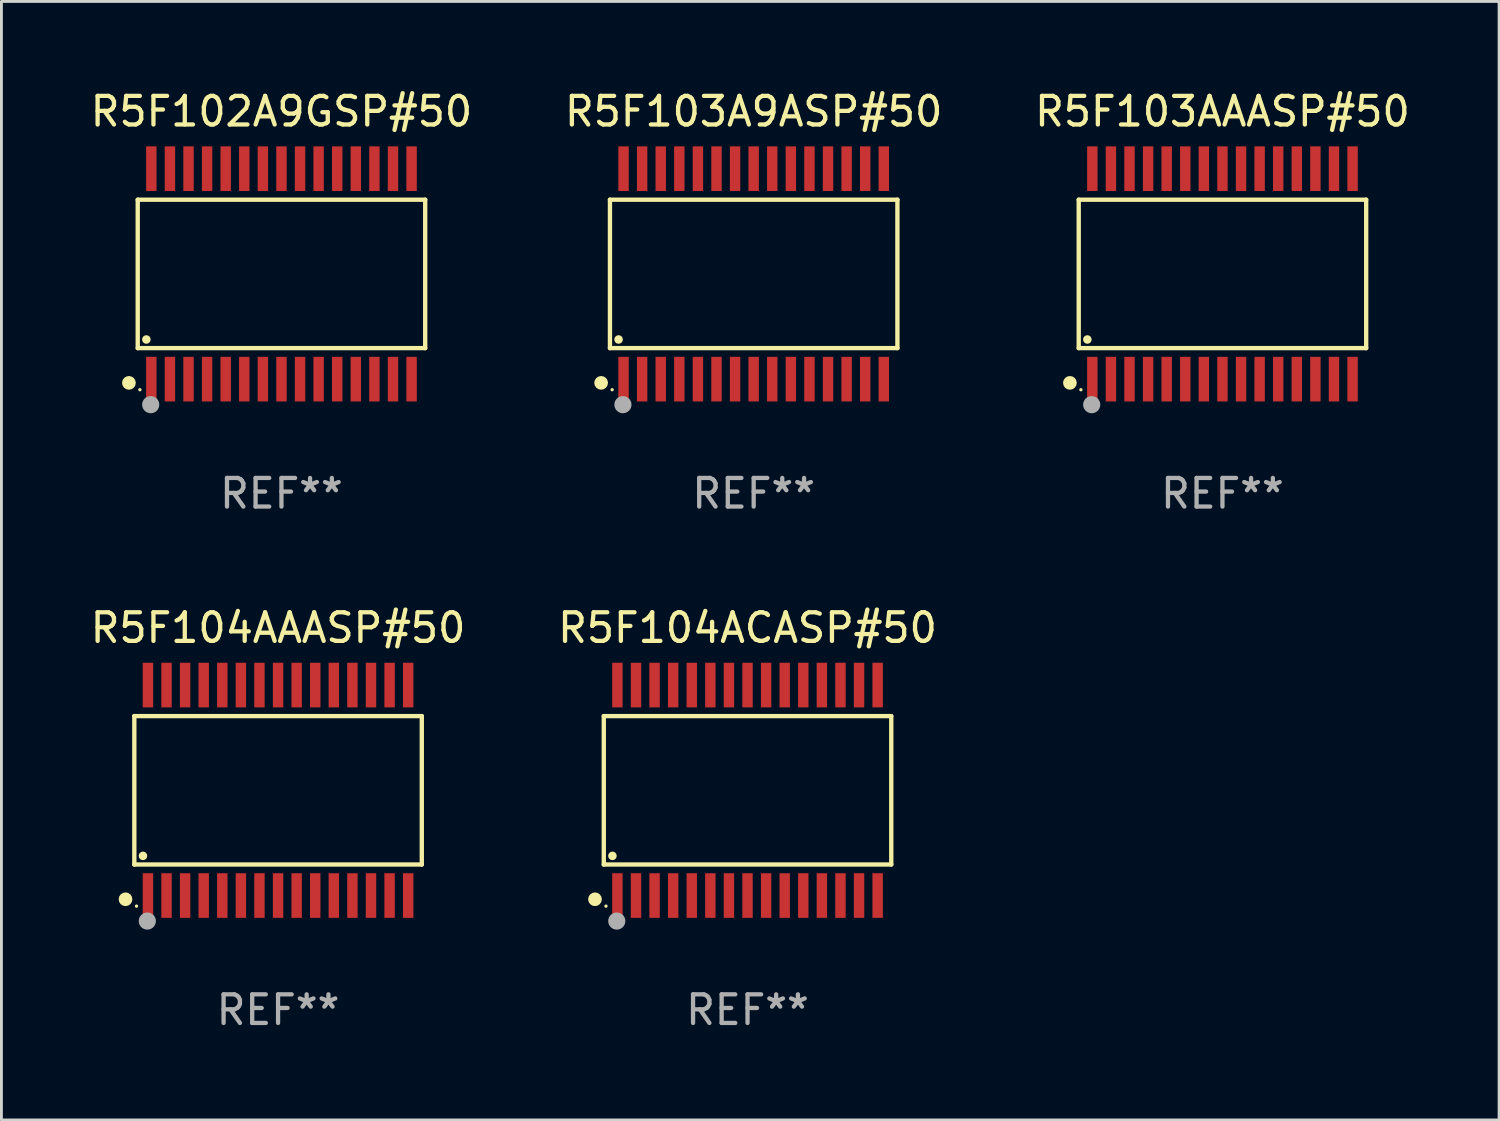
<source format=kicad_pcb>
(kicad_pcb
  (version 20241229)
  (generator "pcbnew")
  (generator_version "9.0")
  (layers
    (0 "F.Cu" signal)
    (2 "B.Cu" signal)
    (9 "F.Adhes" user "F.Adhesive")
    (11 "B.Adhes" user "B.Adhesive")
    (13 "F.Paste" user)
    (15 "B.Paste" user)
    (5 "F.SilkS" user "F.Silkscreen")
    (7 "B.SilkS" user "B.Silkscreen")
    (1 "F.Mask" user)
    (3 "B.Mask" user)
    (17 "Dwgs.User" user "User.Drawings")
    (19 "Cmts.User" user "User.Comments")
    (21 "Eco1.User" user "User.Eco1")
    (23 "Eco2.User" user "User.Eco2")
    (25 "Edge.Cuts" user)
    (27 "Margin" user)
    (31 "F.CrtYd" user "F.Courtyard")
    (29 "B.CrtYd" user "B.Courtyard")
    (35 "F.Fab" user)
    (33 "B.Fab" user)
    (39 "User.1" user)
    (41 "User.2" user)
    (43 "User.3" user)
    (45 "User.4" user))
  (footprint "R5F104ACASP#50"
    (layer "F.Cu")
    (at 23.089 24.585)
    (property "Reference" "R5F104ACASP#50" (at 0 -5.68 0) (layer "F.SilkS") (effects (font (size 1 1) (thickness 0.15))))
    (attr through_hole)
    (fp_line (start -5.026 -2.595) (end 5.026 -2.595) (stroke (width 0.152) (type solid)) (layer "F.SilkS"))
    (fp_line (start -5.026 2.595) (end -5.026 -2.595) (stroke (width 0.152) (type solid)) (layer "F.SilkS"))
    (fp_line (start 5.026 -2.595) (end 5.026 2.595) (stroke (width 0.152) (type solid)) (layer "F.SilkS"))
    (fp_line (start 5.026 2.595) (end -5.026 2.595) (stroke (width 0.152) (type solid)) (layer "F.SilkS"))
    (fp_circle (center -5.334 3.81) (end -5.214 3.81) (stroke (width 0.24) (type solid)) (fill no) (layer "F.SilkS"))
    (fp_circle (center -4.95 4.05) (end -4.92 4.05) (stroke (width 0.06) (type solid)) (fill no) (layer "F.SilkS"))
    (fp_circle (center -4.724 2.293) (end -4.649 2.293) (stroke (width 0.15) (type solid)) (fill no) (layer "F.SilkS"))
    (fp_circle (center -4.572 4.572) (end -4.422 4.572) (stroke (width 0.3) (type solid)) (fill no) (layer "F.Fab"))
    (fp_text user "REF**" (at 0 7.68 0) (layer "F.Fab") (effects (font (size 1 1) (thickness 0.15))))
    (pad "1" smd rect (at -4.55 3.68) (size 0.364 1.56) (layers "F.Cu" "F.Mask" "F.Paste"))
    (pad "2" smd rect (at -3.9 3.68) (size 0.364 1.56) (layers "F.Cu" "F.Mask" "F.Paste"))
    (pad "3" smd rect (at -3.25 3.68) (size 0.364 1.56) (layers "F.Cu" "F.Mask" "F.Paste"))
    (pad "4" smd rect (at -2.6 3.68) (size 0.364 1.56) (layers "F.Cu" "F.Mask" "F.Paste"))
    (pad "5" smd rect (at -1.95 3.68) (size 0.364 1.56) (layers "F.Cu" "F.Mask" "F.Paste"))
    (pad "6" smd rect (at -1.3 3.68) (size 0.364 1.56) (layers "F.Cu" "F.Mask" "F.Paste"))
    (pad "7" smd rect (at -0.65 3.68) (size 0.364 1.56) (layers "F.Cu" "F.Mask" "F.Paste"))
    (pad "8" smd rect (at -0.000013 3.68) (size 0.364 1.56) (layers "F.Cu" "F.Mask" "F.Paste"))
    (pad "9" smd rect (at 0.65 3.68) (size 0.364 1.56) (layers "F.Cu" "F.Mask" "F.Paste"))
    (pad "10" smd rect (at 1.3 3.68) (size 0.364 1.56) (layers "F.Cu" "F.Mask" "F.Paste"))
    (pad "11" smd rect (at 1.95 3.68) (size 0.364 1.56) (layers "F.Cu" "F.Mask" "F.Paste"))
    (pad "12" smd rect (at 2.6 3.68) (size 0.364 1.56) (layers "F.Cu" "F.Mask" "F.Paste"))
    (pad "13" smd rect (at 3.25 3.68) (size 0.364 1.56) (layers "F.Cu" "F.Mask" "F.Paste"))
    (pad "14" smd rect (at 3.9 3.68) (size 0.364 1.56) (layers "F.Cu" "F.Mask" "F.Paste"))
    (pad "15" smd rect (at 4.55 3.68) (size 0.364 1.56) (layers "F.Cu" "F.Mask" "F.Paste"))
    (pad "16" smd rect (at 4.55 -3.68) (size 0.364 1.56) (layers "F.Cu" "F.Mask" "F.Paste"))
    (pad "17" smd rect (at 3.9 -3.68) (size 0.364 1.56) (layers "F.Cu" "F.Mask" "F.Paste"))
    (pad "18" smd rect (at 3.25 -3.68) (size 0.364 1.56) (layers "F.Cu" "F.Mask" "F.Paste"))
    (pad "19" smd rect (at 2.6 -3.68) (size 0.364 1.56) (layers "F.Cu" "F.Mask" "F.Paste"))
    (pad "20" smd rect (at 1.95 -3.68) (size 0.364 1.56) (layers "F.Cu" "F.Mask" "F.Paste"))
    (pad "21" smd rect (at 1.3 -3.68) (size 0.364 1.56) (layers "F.Cu" "F.Mask" "F.Paste"))
    (pad "22" smd rect (at 0.65 -3.68) (size 0.364 1.56) (layers "F.Cu" "F.Mask" "F.Paste"))
    (pad "23" smd rect (at -0.000013 -3.68) (size 0.364 1.56) (layers "F.Cu" "F.Mask" "F.Paste"))
    (pad "24" smd rect (at -0.65 -3.68) (size 0.364 1.56) (layers "F.Cu" "F.Mask" "F.Paste"))
    (pad "25" smd rect (at -1.3 -3.68) (size 0.364 1.56) (layers "F.Cu" "F.Mask" "F.Paste"))
    (pad "26" smd rect (at -1.95 -3.68) (size 0.364 1.56) (layers "F.Cu" "F.Mask" "F.Paste"))
    (pad "27" smd rect (at -2.6 -3.68) (size 0.364 1.56) (layers "F.Cu" "F.Mask" "F.Paste"))
    (pad "28" smd rect (at -3.25 -3.68) (size 0.364 1.56) (layers "F.Cu" "F.Mask" "F.Paste"))
    (pad "29" smd rect (at -3.9 -3.68) (size 0.364 1.56) (layers "F.Cu" "F.Mask" "F.Paste"))
    (pad "30" smd rect (at -4.55 -3.68) (size 0.364 1.56) (layers "F.Cu" "F.Mask" "F.Paste")))
  (footprint "R5F102A9GSP#50"
    (layer "F.Cu")
    (at 6.792 6.528)
    (property "Reference" "R5F102A9GSP#50" (at 0 -5.68 0) (layer "F.SilkS") (effects (font (size 1 1) (thickness 0.15))))
    (attr through_hole)
    (fp_line (start -5.026 -2.595) (end 5.026 -2.595) (stroke (width 0.152) (type solid)) (layer "F.SilkS"))
    (fp_line (start -5.026 2.595) (end -5.026 -2.595) (stroke (width 0.152) (type solid)) (layer "F.SilkS"))
    (fp_line (start 5.026 -2.595) (end 5.026 2.595) (stroke (width 0.152) (type solid)) (layer "F.SilkS"))
    (fp_line (start 5.026 2.595) (end -5.026 2.595) (stroke (width 0.152) (type solid)) (layer "F.SilkS"))
    (fp_circle (center -5.334 3.81) (end -5.214 3.81) (stroke (width 0.24) (type solid)) (fill no) (layer "F.SilkS"))
    (fp_circle (center -4.95 4.05) (end -4.92 4.05) (stroke (width 0.06) (type solid)) (fill no) (layer "F.SilkS"))
    (fp_circle (center -4.724 2.293) (end -4.649 2.293) (stroke (width 0.15) (type solid)) (fill no) (layer "F.SilkS"))
    (fp_circle (center -4.572 4.572) (end -4.422 4.572) (stroke (width 0.3) (type solid)) (fill no) (layer "F.Fab"))
    (fp_text user "REF**" (at 0 7.68 0) (layer "F.Fab") (effects (font (size 1 1) (thickness 0.15))))
    (pad "1" smd rect (at -4.55 3.68) (size 0.364 1.56) (layers "F.Cu" "F.Mask" "F.Paste"))
    (pad "2" smd rect (at -3.9 3.68) (size 0.364 1.56) (layers "F.Cu" "F.Mask" "F.Paste"))
    (pad "3" smd rect (at -3.25 3.68) (size 0.364 1.56) (layers "F.Cu" "F.Mask" "F.Paste"))
    (pad "4" smd rect (at -2.6 3.68) (size 0.364 1.56) (layers "F.Cu" "F.Mask" "F.Paste"))
    (pad "5" smd rect (at -1.95 3.68) (size 0.364 1.56) (layers "F.Cu" "F.Mask" "F.Paste"))
    (pad "6" smd rect (at -1.3 3.68) (size 0.364 1.56) (layers "F.Cu" "F.Mask" "F.Paste"))
    (pad "7" smd rect (at -0.65 3.68) (size 0.364 1.56) (layers "F.Cu" "F.Mask" "F.Paste"))
    (pad "8" smd rect (at -0.000013 3.68) (size 0.364 1.56) (layers "F.Cu" "F.Mask" "F.Paste"))
    (pad "9" smd rect (at 0.65 3.68) (size 0.364 1.56) (layers "F.Cu" "F.Mask" "F.Paste"))
    (pad "10" smd rect (at 1.3 3.68) (size 0.364 1.56) (layers "F.Cu" "F.Mask" "F.Paste"))
    (pad "11" smd rect (at 1.95 3.68) (size 0.364 1.56) (layers "F.Cu" "F.Mask" "F.Paste"))
    (pad "12" smd rect (at 2.6 3.68) (size 0.364 1.56) (layers "F.Cu" "F.Mask" "F.Paste"))
    (pad "13" smd rect (at 3.25 3.68) (size 0.364 1.56) (layers "F.Cu" "F.Mask" "F.Paste"))
    (pad "14" smd rect (at 3.9 3.68) (size 0.364 1.56) (layers "F.Cu" "F.Mask" "F.Paste"))
    (pad "15" smd rect (at 4.55 3.68) (size 0.364 1.56) (layers "F.Cu" "F.Mask" "F.Paste"))
    (pad "16" smd rect (at 4.55 -3.68) (size 0.364 1.56) (layers "F.Cu" "F.Mask" "F.Paste"))
    (pad "17" smd rect (at 3.9 -3.68) (size 0.364 1.56) (layers "F.Cu" "F.Mask" "F.Paste"))
    (pad "18" smd rect (at 3.25 -3.68) (size 0.364 1.56) (layers "F.Cu" "F.Mask" "F.Paste"))
    (pad "19" smd rect (at 2.6 -3.68) (size 0.364 1.56) (layers "F.Cu" "F.Mask" "F.Paste"))
    (pad "20" smd rect (at 1.95 -3.68) (size 0.364 1.56) (layers "F.Cu" "F.Mask" "F.Paste"))
    (pad "21" smd rect (at 1.3 -3.68) (size 0.364 1.56) (layers "F.Cu" "F.Mask" "F.Paste"))
    (pad "22" smd rect (at 0.65 -3.68) (size 0.364 1.56) (layers "F.Cu" "F.Mask" "F.Paste"))
    (pad "23" smd rect (at -0.000013 -3.68) (size 0.364 1.56) (layers "F.Cu" "F.Mask" "F.Paste"))
    (pad "24" smd rect (at -0.65 -3.68) (size 0.364 1.56) (layers "F.Cu" "F.Mask" "F.Paste"))
    (pad "25" smd rect (at -1.3 -3.68) (size 0.364 1.56) (layers "F.Cu" "F.Mask" "F.Paste"))
    (pad "26" smd rect (at -1.95 -3.68) (size 0.364 1.56) (layers "F.Cu" "F.Mask" "F.Paste"))
    (pad "27" smd rect (at -2.6 -3.68) (size 0.364 1.56) (layers "F.Cu" "F.Mask" "F.Paste"))
    (pad "28" smd rect (at -3.25 -3.68) (size 0.364 1.56) (layers "F.Cu" "F.Mask" "F.Paste"))
    (pad "29" smd rect (at -3.9 -3.68) (size 0.364 1.56) (layers "F.Cu" "F.Mask" "F.Paste"))
    (pad "30" smd rect (at -4.55 -3.68) (size 0.364 1.56) (layers "F.Cu" "F.Mask" "F.Paste")))
  (footprint "R5F104AAASP#50"
    (layer "F.Cu")
    (at 6.673 24.585)
    (property "Reference" "R5F104AAASP#50" (at 0 -5.68 0) (layer "F.SilkS") (effects (font (size 1 1) (thickness 0.15))))
    (attr through_hole)
    (fp_line (start -5.026 -2.595) (end 5.026 -2.595) (stroke (width 0.152) (type solid)) (layer "F.SilkS"))
    (fp_line (start -5.026 2.595) (end -5.026 -2.595) (stroke (width 0.152) (type solid)) (layer "F.SilkS"))
    (fp_line (start 5.026 -2.595) (end 5.026 2.595) (stroke (width 0.152) (type solid)) (layer "F.SilkS"))
    (fp_line (start 5.026 2.595) (end -5.026 2.595) (stroke (width 0.152) (type solid)) (layer "F.SilkS"))
    (fp_circle (center -5.334 3.81) (end -5.214 3.81) (stroke (width 0.24) (type solid)) (fill no) (layer "F.SilkS"))
    (fp_circle (center -4.95 4.05) (end -4.92 4.05) (stroke (width 0.06) (type solid)) (fill no) (layer "F.SilkS"))
    (fp_circle (center -4.724 2.293) (end -4.649 2.293) (stroke (width 0.15) (type solid)) (fill no) (layer "F.SilkS"))
    (fp_circle (center -4.572 4.572) (end -4.422 4.572) (stroke (width 0.3) (type solid)) (fill no) (layer "F.Fab"))
    (fp_text user "REF**" (at 0 7.68 0) (layer "F.Fab") (effects (font (size 1 1) (thickness 0.15))))
    (pad "1" smd rect (at -4.55 3.68) (size 0.364 1.56) (layers "F.Cu" "F.Mask" "F.Paste"))
    (pad "2" smd rect (at -3.9 3.68) (size 0.364 1.56) (layers "F.Cu" "F.Mask" "F.Paste"))
    (pad "3" smd rect (at -3.25 3.68) (size 0.364 1.56) (layers "F.Cu" "F.Mask" "F.Paste"))
    (pad "4" smd rect (at -2.6 3.68) (size 0.364 1.56) (layers "F.Cu" "F.Mask" "F.Paste"))
    (pad "5" smd rect (at -1.95 3.68) (size 0.364 1.56) (layers "F.Cu" "F.Mask" "F.Paste"))
    (pad "6" smd rect (at -1.3 3.68) (size 0.364 1.56) (layers "F.Cu" "F.Mask" "F.Paste"))
    (pad "7" smd rect (at -0.65 3.68) (size 0.364 1.56) (layers "F.Cu" "F.Mask" "F.Paste"))
    (pad "8" smd rect (at -0.000013 3.68) (size 0.364 1.56) (layers "F.Cu" "F.Mask" "F.Paste"))
    (pad "9" smd rect (at 0.65 3.68) (size 0.364 1.56) (layers "F.Cu" "F.Mask" "F.Paste"))
    (pad "10" smd rect (at 1.3 3.68) (size 0.364 1.56) (layers "F.Cu" "F.Mask" "F.Paste"))
    (pad "11" smd rect (at 1.95 3.68) (size 0.364 1.56) (layers "F.Cu" "F.Mask" "F.Paste"))
    (pad "12" smd rect (at 2.6 3.68) (size 0.364 1.56) (layers "F.Cu" "F.Mask" "F.Paste"))
    (pad "13" smd rect (at 3.25 3.68) (size 0.364 1.56) (layers "F.Cu" "F.Mask" "F.Paste"))
    (pad "14" smd rect (at 3.9 3.68) (size 0.364 1.56) (layers "F.Cu" "F.Mask" "F.Paste"))
    (pad "15" smd rect (at 4.55 3.68) (size 0.364 1.56) (layers "F.Cu" "F.Mask" "F.Paste"))
    (pad "16" smd rect (at 4.55 -3.68) (size 0.364 1.56) (layers "F.Cu" "F.Mask" "F.Paste"))
    (pad "17" smd rect (at 3.9 -3.68) (size 0.364 1.56) (layers "F.Cu" "F.Mask" "F.Paste"))
    (pad "18" smd rect (at 3.25 -3.68) (size 0.364 1.56) (layers "F.Cu" "F.Mask" "F.Paste"))
    (pad "19" smd rect (at 2.6 -3.68) (size 0.364 1.56) (layers "F.Cu" "F.Mask" "F.Paste"))
    (pad "20" smd rect (at 1.95 -3.68) (size 0.364 1.56) (layers "F.Cu" "F.Mask" "F.Paste"))
    (pad "21" smd rect (at 1.3 -3.68) (size 0.364 1.56) (layers "F.Cu" "F.Mask" "F.Paste"))
    (pad "22" smd rect (at 0.65 -3.68) (size 0.364 1.56) (layers "F.Cu" "F.Mask" "F.Paste"))
    (pad "23" smd rect (at -0.000013 -3.68) (size 0.364 1.56) (layers "F.Cu" "F.Mask" "F.Paste"))
    (pad "24" smd rect (at -0.65 -3.68) (size 0.364 1.56) (layers "F.Cu" "F.Mask" "F.Paste"))
    (pad "25" smd rect (at -1.3 -3.68) (size 0.364 1.56) (layers "F.Cu" "F.Mask" "F.Paste"))
    (pad "26" smd rect (at -1.95 -3.68) (size 0.364 1.56) (layers "F.Cu" "F.Mask" "F.Paste"))
    (pad "27" smd rect (at -2.6 -3.68) (size 0.364 1.56) (layers "F.Cu" "F.Mask" "F.Paste"))
    (pad "28" smd rect (at -3.25 -3.68) (size 0.364 1.56) (layers "F.Cu" "F.Mask" "F.Paste"))
    (pad "29" smd rect (at -3.9 -3.68) (size 0.364 1.56) (layers "F.Cu" "F.Mask" "F.Paste"))
    (pad "30" smd rect (at -4.55 -3.68) (size 0.364 1.56) (layers "F.Cu" "F.Mask" "F.Paste")))
  (footprint "R5F103AAASP#50"
    (layer "F.Cu")
    (at 39.696 6.528)
    (property "Reference" "R5F103AAASP#50" (at 0 -5.68 0) (layer "F.SilkS") (effects (font (size 1 1) (thickness 0.15))))
    (attr through_hole)
    (fp_line (start -5.026 -2.595) (end 5.026 -2.595) (stroke (width 0.152) (type solid)) (layer "F.SilkS"))
    (fp_line (start -5.026 2.595) (end -5.026 -2.595) (stroke (width 0.152) (type solid)) (layer "F.SilkS"))
    (fp_line (start 5.026 -2.595) (end 5.026 2.595) (stroke (width 0.152) (type solid)) (layer "F.SilkS"))
    (fp_line (start 5.026 2.595) (end -5.026 2.595) (stroke (width 0.152) (type solid)) (layer "F.SilkS"))
    (fp_circle (center -5.334 3.81) (end -5.214 3.81) (stroke (width 0.24) (type solid)) (fill no) (layer "F.SilkS"))
    (fp_circle (center -4.95 4.05) (end -4.92 4.05) (stroke (width 0.06) (type solid)) (fill no) (layer "F.SilkS"))
    (fp_circle (center -4.724 2.293) (end -4.649 2.293) (stroke (width 0.15) (type solid)) (fill no) (layer "F.SilkS"))
    (fp_circle (center -4.572 4.572) (end -4.422 4.572) (stroke (width 0.3) (type solid)) (fill no) (layer "F.Fab"))
    (fp_text user "REF**" (at 0 7.68 0) (layer "F.Fab") (effects (font (size 1 1) (thickness 0.15))))
    (pad "1" smd rect (at -4.55 3.68) (size 0.364 1.56) (layers "F.Cu" "F.Mask" "F.Paste"))
    (pad "2" smd rect (at -3.9 3.68) (size 0.364 1.56) (layers "F.Cu" "F.Mask" "F.Paste"))
    (pad "3" smd rect (at -3.25 3.68) (size 0.364 1.56) (layers "F.Cu" "F.Mask" "F.Paste"))
    (pad "4" smd rect (at -2.6 3.68) (size 0.364 1.56) (layers "F.Cu" "F.Mask" "F.Paste"))
    (pad "5" smd rect (at -1.95 3.68) (size 0.364 1.56) (layers "F.Cu" "F.Mask" "F.Paste"))
    (pad "6" smd rect (at -1.3 3.68) (size 0.364 1.56) (layers "F.Cu" "F.Mask" "F.Paste"))
    (pad "7" smd rect (at -0.65 3.68) (size 0.364 1.56) (layers "F.Cu" "F.Mask" "F.Paste"))
    (pad "8" smd rect (at -0.000013 3.68) (size 0.364 1.56) (layers "F.Cu" "F.Mask" "F.Paste"))
    (pad "9" smd rect (at 0.65 3.68) (size 0.364 1.56) (layers "F.Cu" "F.Mask" "F.Paste"))
    (pad "10" smd rect (at 1.3 3.68) (size 0.364 1.56) (layers "F.Cu" "F.Mask" "F.Paste"))
    (pad "11" smd rect (at 1.95 3.68) (size 0.364 1.56) (layers "F.Cu" "F.Mask" "F.Paste"))
    (pad "12" smd rect (at 2.6 3.68) (size 0.364 1.56) (layers "F.Cu" "F.Mask" "F.Paste"))
    (pad "13" smd rect (at 3.25 3.68) (size 0.364 1.56) (layers "F.Cu" "F.Mask" "F.Paste"))
    (pad "14" smd rect (at 3.9 3.68) (size 0.364 1.56) (layers "F.Cu" "F.Mask" "F.Paste"))
    (pad "15" smd rect (at 4.55 3.68) (size 0.364 1.56) (layers "F.Cu" "F.Mask" "F.Paste"))
    (pad "16" smd rect (at 4.55 -3.68) (size 0.364 1.56) (layers "F.Cu" "F.Mask" "F.Paste"))
    (pad "17" smd rect (at 3.9 -3.68) (size 0.364 1.56) (layers "F.Cu" "F.Mask" "F.Paste"))
    (pad "18" smd rect (at 3.25 -3.68) (size 0.364 1.56) (layers "F.Cu" "F.Mask" "F.Paste"))
    (pad "19" smd rect (at 2.6 -3.68) (size 0.364 1.56) (layers "F.Cu" "F.Mask" "F.Paste"))
    (pad "20" smd rect (at 1.95 -3.68) (size 0.364 1.56) (layers "F.Cu" "F.Mask" "F.Paste"))
    (pad "21" smd rect (at 1.3 -3.68) (size 0.364 1.56) (layers "F.Cu" "F.Mask" "F.Paste"))
    (pad "22" smd rect (at 0.65 -3.68) (size 0.364 1.56) (layers "F.Cu" "F.Mask" "F.Paste"))
    (pad "23" smd rect (at -0.000013 -3.68) (size 0.364 1.56) (layers "F.Cu" "F.Mask" "F.Paste"))
    (pad "24" smd rect (at -0.65 -3.68) (size 0.364 1.56) (layers "F.Cu" "F.Mask" "F.Paste"))
    (pad "25" smd rect (at -1.3 -3.68) (size 0.364 1.56) (layers "F.Cu" "F.Mask" "F.Paste"))
    (pad "26" smd rect (at -1.95 -3.68) (size 0.364 1.56) (layers "F.Cu" "F.Mask" "F.Paste"))
    (pad "27" smd rect (at -2.6 -3.68) (size 0.364 1.56) (layers "F.Cu" "F.Mask" "F.Paste"))
    (pad "28" smd rect (at -3.25 -3.68) (size 0.364 1.56) (layers "F.Cu" "F.Mask" "F.Paste"))
    (pad "29" smd rect (at -3.9 -3.68) (size 0.364 1.56) (layers "F.Cu" "F.Mask" "F.Paste"))
    (pad "30" smd rect (at -4.55 -3.68) (size 0.364 1.56) (layers "F.Cu" "F.Mask" "F.Paste")))
  (footprint "R5F103A9ASP#50"
    (layer "F.Cu")
    (at 23.304 6.528)
    (property "Reference" "R5F103A9ASP#50" (at 0 -5.68 0) (layer "F.SilkS") (effects (font (size 1 1) (thickness 0.15))))
    (attr through_hole)
    (fp_line (start -5.026 -2.595) (end 5.026 -2.595) (stroke (width 0.152) (type solid)) (layer "F.SilkS"))
    (fp_line (start -5.026 2.595) (end -5.026 -2.595) (stroke (width 0.152) (type solid)) (layer "F.SilkS"))
    (fp_line (start 5.026 -2.595) (end 5.026 2.595) (stroke (width 0.152) (type solid)) (layer "F.SilkS"))
    (fp_line (start 5.026 2.595) (end -5.026 2.595) (stroke (width 0.152) (type solid)) (layer "F.SilkS"))
    (fp_circle (center -5.334 3.81) (end -5.214 3.81) (stroke (width 0.24) (type solid)) (fill no) (layer "F.SilkS"))
    (fp_circle (center -4.95 4.05) (end -4.92 4.05) (stroke (width 0.06) (type solid)) (fill no) (layer "F.SilkS"))
    (fp_circle (center -4.724 2.293) (end -4.649 2.293) (stroke (width 0.15) (type solid)) (fill no) (layer "F.SilkS"))
    (fp_circle (center -4.572 4.572) (end -4.422 4.572) (stroke (width 0.3) (type solid)) (fill no) (layer "F.Fab"))
    (fp_text user "REF**" (at 0 7.68 0) (layer "F.Fab") (effects (font (size 1 1) (thickness 0.15))))
    (pad "1" smd rect (at -4.55 3.68) (size 0.364 1.56) (layers "F.Cu" "F.Mask" "F.Paste"))
    (pad "2" smd rect (at -3.9 3.68) (size 0.364 1.56) (layers "F.Cu" "F.Mask" "F.Paste"))
    (pad "3" smd rect (at -3.25 3.68) (size 0.364 1.56) (layers "F.Cu" "F.Mask" "F.Paste"))
    (pad "4" smd rect (at -2.6 3.68) (size 0.364 1.56) (layers "F.Cu" "F.Mask" "F.Paste"))
    (pad "5" smd rect (at -1.95 3.68) (size 0.364 1.56) (layers "F.Cu" "F.Mask" "F.Paste"))
    (pad "6" smd rect (at -1.3 3.68) (size 0.364 1.56) (layers "F.Cu" "F.Mask" "F.Paste"))
    (pad "7" smd rect (at -0.65 3.68) (size 0.364 1.56) (layers "F.Cu" "F.Mask" "F.Paste"))
    (pad "8" smd rect (at -0.000013 3.68) (size 0.364 1.56) (layers "F.Cu" "F.Mask" "F.Paste"))
    (pad "9" smd rect (at 0.65 3.68) (size 0.364 1.56) (layers "F.Cu" "F.Mask" "F.Paste"))
    (pad "10" smd rect (at 1.3 3.68) (size 0.364 1.56) (layers "F.Cu" "F.Mask" "F.Paste"))
    (pad "11" smd rect (at 1.95 3.68) (size 0.364 1.56) (layers "F.Cu" "F.Mask" "F.Paste"))
    (pad "12" smd rect (at 2.6 3.68) (size 0.364 1.56) (layers "F.Cu" "F.Mask" "F.Paste"))
    (pad "13" smd rect (at 3.25 3.68) (size 0.364 1.56) (layers "F.Cu" "F.Mask" "F.Paste"))
    (pad "14" smd rect (at 3.9 3.68) (size 0.364 1.56) (layers "F.Cu" "F.Mask" "F.Paste"))
    (pad "15" smd rect (at 4.55 3.68) (size 0.364 1.56) (layers "F.Cu" "F.Mask" "F.Paste"))
    (pad "16" smd rect (at 4.55 -3.68) (size 0.364 1.56) (layers "F.Cu" "F.Mask" "F.Paste"))
    (pad "17" smd rect (at 3.9 -3.68) (size 0.364 1.56) (layers "F.Cu" "F.Mask" "F.Paste"))
    (pad "18" smd rect (at 3.25 -3.68) (size 0.364 1.56) (layers "F.Cu" "F.Mask" "F.Paste"))
    (pad "19" smd rect (at 2.6 -3.68) (size 0.364 1.56) (layers "F.Cu" "F.Mask" "F.Paste"))
    (pad "20" smd rect (at 1.95 -3.68) (size 0.364 1.56) (layers "F.Cu" "F.Mask" "F.Paste"))
    (pad "21" smd rect (at 1.3 -3.68) (size 0.364 1.56) (layers "F.Cu" "F.Mask" "F.Paste"))
    (pad "22" smd rect (at 0.65 -3.68) (size 0.364 1.56) (layers "F.Cu" "F.Mask" "F.Paste"))
    (pad "23" smd rect (at -0.000013 -3.68) (size 0.364 1.56) (layers "F.Cu" "F.Mask" "F.Paste"))
    (pad "24" smd rect (at -0.65 -3.68) (size 0.364 1.56) (layers "F.Cu" "F.Mask" "F.Paste"))
    (pad "25" smd rect (at -1.3 -3.68) (size 0.364 1.56) (layers "F.Cu" "F.Mask" "F.Paste"))
    (pad "26" smd rect (at -1.95 -3.68) (size 0.364 1.56) (layers "F.Cu" "F.Mask" "F.Paste"))
    (pad "27" smd rect (at -2.6 -3.68) (size 0.364 1.56) (layers "F.Cu" "F.Mask" "F.Paste"))
    (pad "28" smd rect (at -3.25 -3.68) (size 0.364 1.56) (layers "F.Cu" "F.Mask" "F.Paste"))
    (pad "29" smd rect (at -3.9 -3.68) (size 0.364 1.56) (layers "F.Cu" "F.Mask" "F.Paste"))
    (pad "30" smd rect (at -4.55 -3.68) (size 0.364 1.56) (layers "F.Cu" "F.Mask" "F.Paste")))
  (gr_rect
    (start -3 -3)
    (end 49.369 36.113)
    (stroke (width 0.1) (type default))
    (fill no)
    (layer "Edge.Cuts")))
</source>
